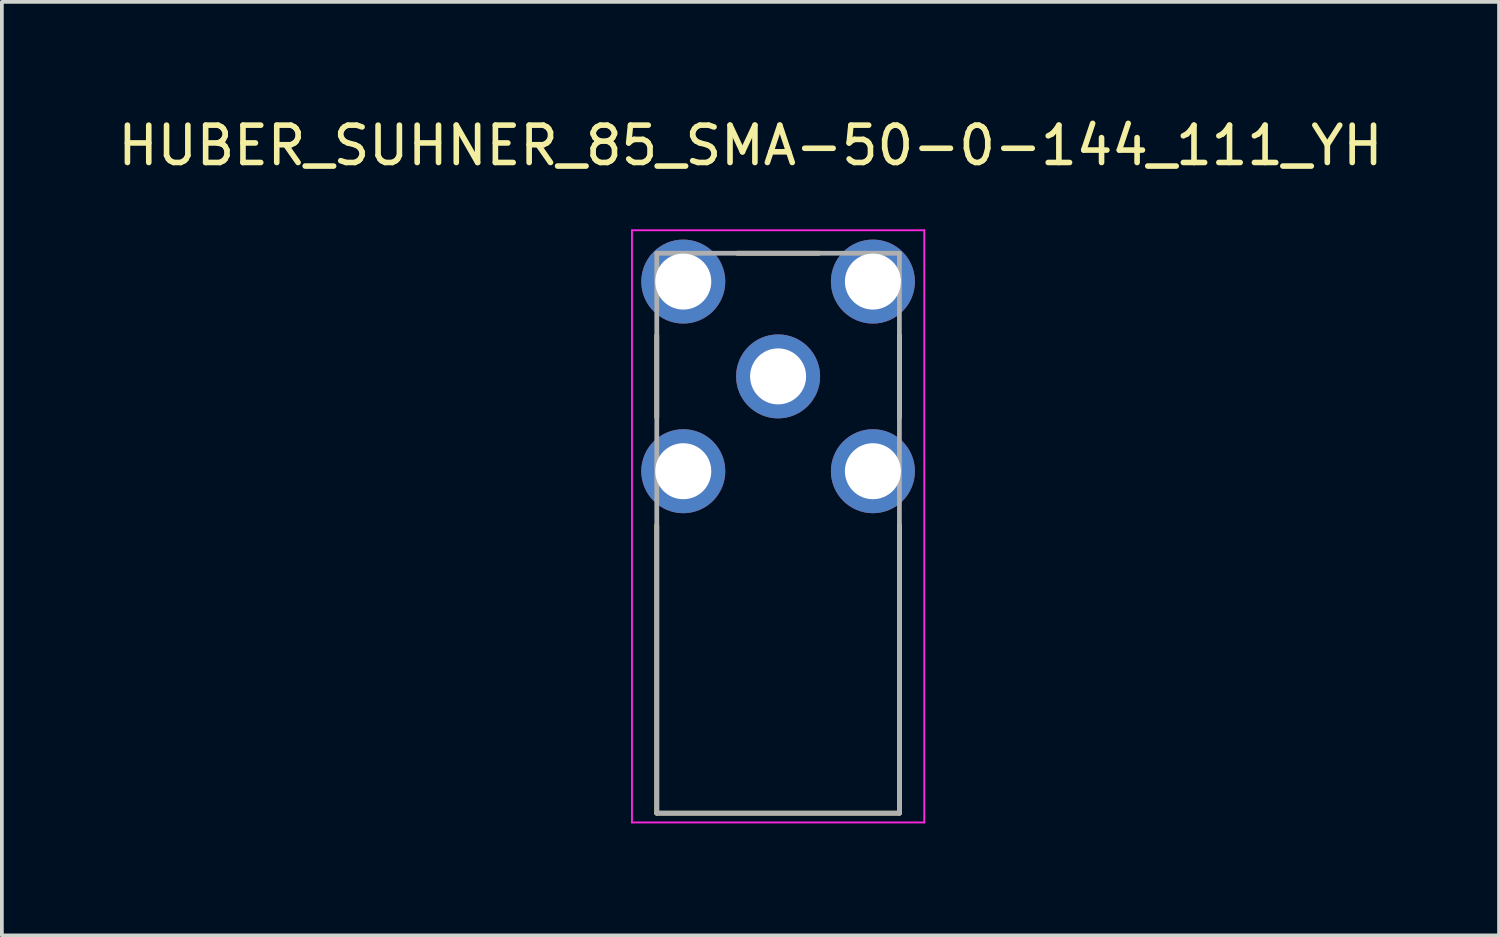
<source format=kicad_pcb>
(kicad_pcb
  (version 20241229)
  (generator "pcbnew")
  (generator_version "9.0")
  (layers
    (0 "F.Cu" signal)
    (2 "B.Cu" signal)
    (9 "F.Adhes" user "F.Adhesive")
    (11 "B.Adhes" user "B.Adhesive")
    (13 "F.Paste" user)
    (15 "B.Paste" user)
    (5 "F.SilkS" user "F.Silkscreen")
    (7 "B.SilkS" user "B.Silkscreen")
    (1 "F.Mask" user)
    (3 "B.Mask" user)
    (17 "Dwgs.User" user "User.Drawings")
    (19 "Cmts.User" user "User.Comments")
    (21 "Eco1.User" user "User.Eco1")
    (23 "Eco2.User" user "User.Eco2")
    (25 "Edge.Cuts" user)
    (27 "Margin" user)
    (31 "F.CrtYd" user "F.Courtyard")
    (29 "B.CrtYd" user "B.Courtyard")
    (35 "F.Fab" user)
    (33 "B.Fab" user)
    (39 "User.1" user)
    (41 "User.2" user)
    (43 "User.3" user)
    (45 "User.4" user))
  (footprint "HUBER_SUHNER_85_SMA-50-0-144_111_YH"
    (layer "F.Cu")
    (at 17.794 7.033)
    (property "Reference" "HUBER_SUHNER_85_SMA-50-0-144_111_YH" (at -0.74 -6.185 0) (layer "F.SilkS") (effects (font (size 1 1) (thickness 0.15))))
    (attr through_hole)
    (fp_line (start -3.25 -1.095) (end -3.25 1.095) (stroke (width 0.127) (type solid)) (layer "F.SilkS"))
    (fp_line (start -3.25 11.7) (end -3.25 3.985) (stroke (width 0.127) (type solid)) (layer "F.SilkS"))
    (fp_line (start -3.25 11.7) (end 3.25 11.7) (stroke (width 0.127) (type solid)) (layer "F.SilkS"))
    (fp_line (start -1.095 -3.3) (end 1.095 -3.3) (stroke (width 0.127) (type solid)) (layer "F.SilkS"))
    (fp_line (start 3.25 -1.095) (end 3.25 1.095) (stroke (width 0.127) (type solid)) (layer "F.SilkS"))
    (fp_line (start 3.25 11.7) (end 3.25 3.985) (stroke (width 0.127) (type solid)) (layer "F.SilkS"))
    (fp_line (start -3.915 -3.915) (end -3.915 11.95) (stroke (width 0.05) (type solid)) (layer "F.CrtYd"))
    (fp_line (start -3.915 11.95) (end 3.915 11.95) (stroke (width 0.05) (type solid)) (layer "F.CrtYd"))
    (fp_line (start 3.915 -3.915) (end -3.915 -3.915) (stroke (width 0.05) (type solid)) (layer "F.CrtYd"))
    (fp_line (start 3.915 11.95) (end 3.915 -3.915) (stroke (width 0.05) (type solid)) (layer "F.CrtYd"))
    (fp_line (start -3.25 -3.3) (end -3.25 11.7) (stroke (width 0.127) (type solid)) (layer "F.Fab"))
    (fp_line (start -3.25 -3.3) (end 3.25 -3.3) (stroke (width 0.127) (type solid)) (layer "F.Fab"))
    (fp_line (start -3.25 11.7) (end 3.25 11.7) (stroke (width 0.127) (type solid)) (layer "F.Fab"))
    (fp_line (start 3.25 11.7) (end 3.25 -3.3) (stroke (width 0.127) (type solid)) (layer "F.Fab"))
    (pad "1" thru_hole circle (at 0 0) (size 2.25 2.25) (drill 1.5) (layers "*.Cu" "*.Mask"))
    (pad "G1" thru_hole circle (at -2.54 -2.54) (size 2.25 2.25) (drill 1.5) (layers "*.Cu" "*.Mask"))
    (pad "G2" thru_hole circle (at 2.54 -2.54) (size 2.25 2.25) (drill 1.5) (layers "*.Cu" "*.Mask"))
    (pad "G3" thru_hole circle (at -2.54 2.54) (size 2.25 2.25) (drill 1.5) (layers "*.Cu" "*.Mask"))
    (pad "G4" thru_hole circle (at 2.54 2.54) (size 2.25 2.25) (drill 1.5) (layers "*.Cu" "*.Mask")))
  (gr_rect
    (start -3 -3)
    (end 37.107 22.008)
    (stroke (width 0.1) (type default))
    (fill no)
    (layer "Edge.Cuts")))
</source>
